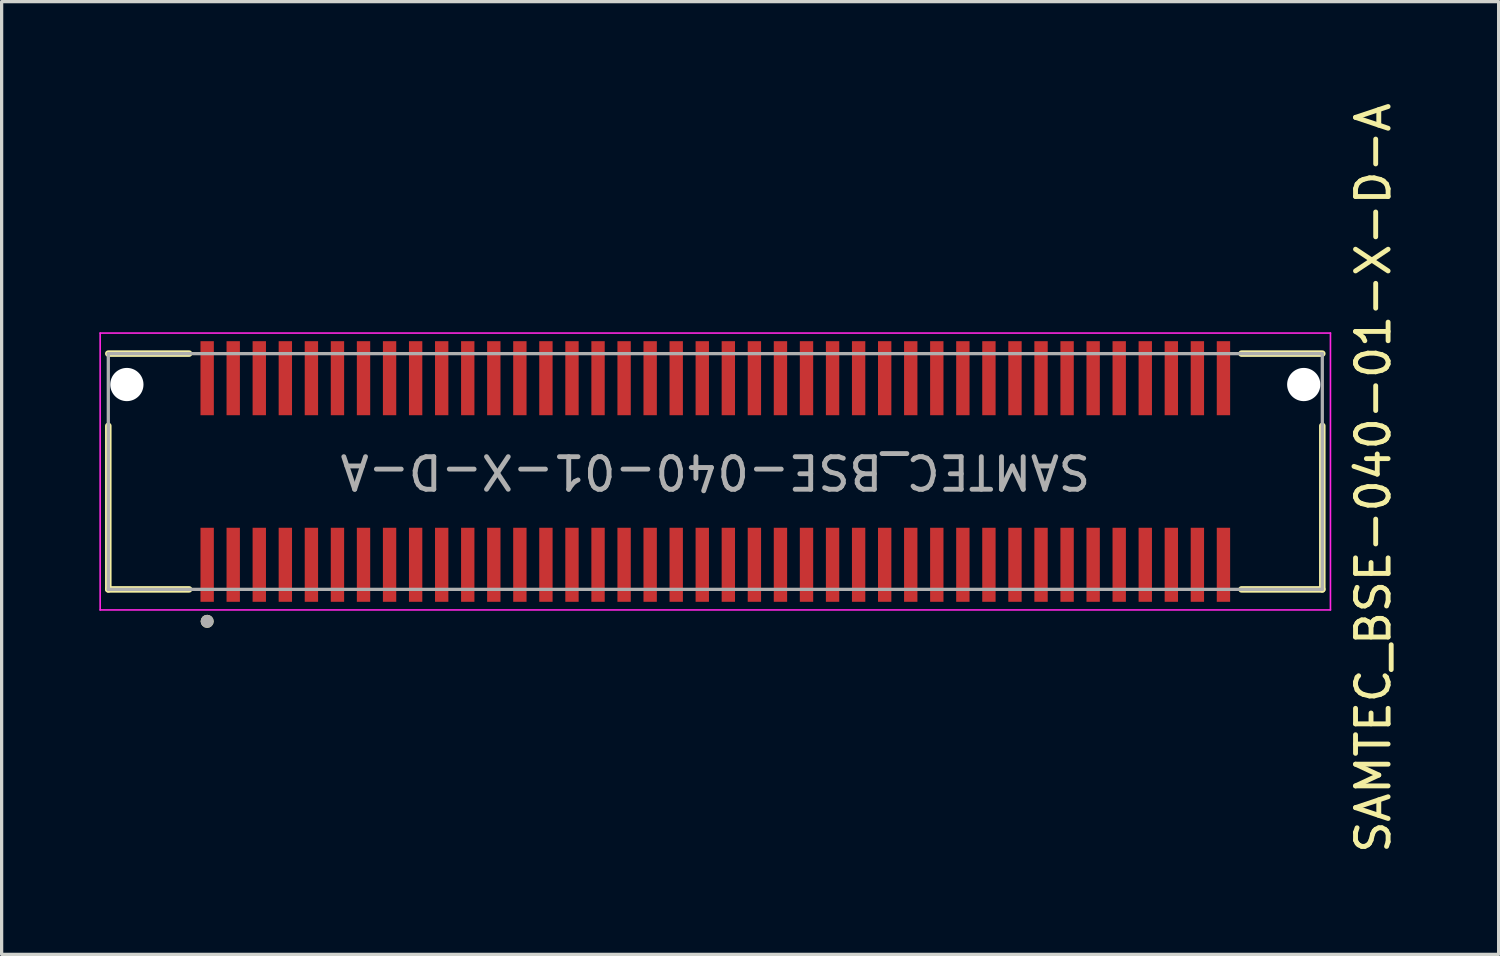
<source format=kicad_pcb>
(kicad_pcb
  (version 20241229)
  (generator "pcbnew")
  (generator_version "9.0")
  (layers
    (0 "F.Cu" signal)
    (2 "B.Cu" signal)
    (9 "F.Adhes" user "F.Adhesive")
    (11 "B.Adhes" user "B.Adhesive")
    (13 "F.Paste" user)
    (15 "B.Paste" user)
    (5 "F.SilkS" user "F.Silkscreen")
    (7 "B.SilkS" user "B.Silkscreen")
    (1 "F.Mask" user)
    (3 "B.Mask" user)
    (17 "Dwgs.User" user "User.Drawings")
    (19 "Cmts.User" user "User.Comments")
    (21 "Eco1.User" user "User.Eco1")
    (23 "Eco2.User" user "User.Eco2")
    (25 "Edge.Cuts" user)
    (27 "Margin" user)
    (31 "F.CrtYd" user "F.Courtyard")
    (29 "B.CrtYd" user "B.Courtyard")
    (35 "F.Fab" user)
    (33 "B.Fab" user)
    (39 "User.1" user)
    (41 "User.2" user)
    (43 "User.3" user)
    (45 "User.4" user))
  (footprint "SAMTEC_BSE-040-01-X-D-A"
    (layer "F.Cu")
    (at 18.91 11.425)
    (property "Reference" "SAMTEC_BSE-040-01-X-D-A" (at 20.2 0.2 90) (layer "F.SilkS") (effects (font (size 1 1) (thickness 0.15))))
    (attr smd)
    (fp_line (start -18.635 -3.619) (end -16.155 -3.619) (stroke (width 0.2) (type solid)) (layer "F.SilkS"))
    (fp_line (start -18.635 -1.4) (end -18.635 3.619) (stroke (width 0.2) (type solid)) (layer "F.SilkS"))
    (fp_line (start -18.635 3.619) (end -16.155 3.619) (stroke (width 0.2) (type solid)) (layer "F.SilkS"))
    (fp_line (start 18.635 -3.619) (end 16.155 -3.619) (stroke (width 0.2) (type solid)) (layer "F.SilkS"))
    (fp_line (start 18.635 -1.4) (end 18.635 3.619) (stroke (width 0.2) (type solid)) (layer "F.SilkS"))
    (fp_line (start 18.635 3.619) (end 16.155 3.619) (stroke (width 0.2) (type solid)) (layer "F.SilkS"))
    (fp_circle (center -15.6 4.6) (end -15.5 4.6) (stroke (width 0.2) (type solid)) (fill no) (layer "F.SilkS"))
    (fp_line (start -18.885 -4.25) (end -18.885 4.25) (stroke (width 0.05) (type solid)) (layer "F.CrtYd"))
    (fp_line (start -18.885 4.25) (end 18.885 4.25) (stroke (width 0.05) (type solid)) (layer "F.CrtYd"))
    (fp_line (start 18.885 -4.25) (end -18.885 -4.25) (stroke (width 0.05) (type solid)) (layer "F.CrtYd"))
    (fp_line (start 18.885 4.25) (end 18.885 -4.25) (stroke (width 0.05) (type solid)) (layer "F.CrtYd"))
    (fp_line (start -18.635 -3.619) (end -18.635 3.619) (stroke (width 0.1) (type solid)) (layer "F.Fab"))
    (fp_line (start -18.635 3.619) (end 18.635 3.619) (stroke (width 0.1) (type solid)) (layer "F.Fab"))
    (fp_line (start 18.635 -3.619) (end -18.635 -3.619) (stroke (width 0.1) (type solid)) (layer "F.Fab"))
    (fp_line (start 18.635 3.619) (end 18.635 -3.619) (stroke (width 0.1) (type solid)) (layer "F.Fab"))
    (fp_circle (center -15.6 4.6) (end -15.5 4.6) (stroke (width 0.2) (type solid)) (fill no) (layer "F.Fab"))
    (fp_text user "${REFERENCE}" (at 0 0 180) (unlocked yes) (layer "F.Fab") (effects (font (size 1 1) (thickness 0.15))))
    (pad "" np_thru_hole circle (at -18.065 -2.67 180) (size 1.02 1.02) (drill 1.02) (layers "*.Cu" "*.Mask"))
    (pad "" np_thru_hole circle (at 18.065 -2.67 180) (size 1.02 1.02) (drill 1.02) (layers "*.Cu" "*.Mask"))
    (pad "1" smd rect (at -15.6 2.864 180) (size 0.41 2.273) (layers "F.Cu" "F.Mask" "F.Paste"))
    (pad "2" smd rect (at -15.6 -2.864 180) (size 0.41 2.273) (layers "F.Cu" "F.Mask" "F.Paste"))
    (pad "3" smd rect (at -14.8 2.864 180) (size 0.41 2.273) (layers "F.Cu" "F.Mask" "F.Paste"))
    (pad "4" smd rect (at -14.8 -2.864 180) (size 0.41 2.273) (layers "F.Cu" "F.Mask" "F.Paste"))
    (pad "5" smd rect (at -14 2.864 180) (size 0.41 2.273) (layers "F.Cu" "F.Mask" "F.Paste"))
    (pad "6" smd rect (at -14 -2.864 180) (size 0.41 2.273) (layers "F.Cu" "F.Mask" "F.Paste"))
    (pad "7" smd rect (at -13.2 2.864 180) (size 0.41 2.273) (layers "F.Cu" "F.Mask" "F.Paste"))
    (pad "8" smd rect (at -13.2 -2.864 180) (size 0.41 2.273) (layers "F.Cu" "F.Mask" "F.Paste"))
    (pad "9" smd rect (at -12.4 2.864 180) (size 0.41 2.273) (layers "F.Cu" "F.Mask" "F.Paste"))
    (pad "10" smd rect (at -12.4 -2.864 180) (size 0.41 2.273) (layers "F.Cu" "F.Mask" "F.Paste"))
    (pad "11" smd rect (at -11.6 2.864 180) (size 0.41 2.273) (layers "F.Cu" "F.Mask" "F.Paste"))
    (pad "12" smd rect (at -11.6 -2.864 180) (size 0.41 2.273) (layers "F.Cu" "F.Mask" "F.Paste"))
    (pad "13" smd rect (at -10.8 2.864 180) (size 0.41 2.273) (layers "F.Cu" "F.Mask" "F.Paste"))
    (pad "14" smd rect (at -10.8 -2.864 180) (size 0.41 2.273) (layers "F.Cu" "F.Mask" "F.Paste"))
    (pad "15" smd rect (at -10 2.864 180) (size 0.41 2.273) (layers "F.Cu" "F.Mask" "F.Paste"))
    (pad "16" smd rect (at -10 -2.864 180) (size 0.41 2.273) (layers "F.Cu" "F.Mask" "F.Paste"))
    (pad "17" smd rect (at -9.2 2.864 180) (size 0.41 2.273) (layers "F.Cu" "F.Mask" "F.Paste"))
    (pad "18" smd rect (at -9.2 -2.864 180) (size 0.41 2.273) (layers "F.Cu" "F.Mask" "F.Paste"))
    (pad "19" smd rect (at -8.4 2.864 180) (size 0.41 2.273) (layers "F.Cu" "F.Mask" "F.Paste"))
    (pad "20" smd rect (at -8.4 -2.864 180) (size 0.41 2.273) (layers "F.Cu" "F.Mask" "F.Paste"))
    (pad "21" smd rect (at -7.6 2.864 180) (size 0.41 2.273) (layers "F.Cu" "F.Mask" "F.Paste"))
    (pad "22" smd rect (at -7.6 -2.864 180) (size 0.41 2.273) (layers "F.Cu" "F.Mask" "F.Paste"))
    (pad "23" smd rect (at -6.8 2.864 180) (size 0.41 2.273) (layers "F.Cu" "F.Mask" "F.Paste"))
    (pad "24" smd rect (at -6.8 -2.864 180) (size 0.41 2.273) (layers "F.Cu" "F.Mask" "F.Paste"))
    (pad "25" smd rect (at -6 2.864 180) (size 0.41 2.273) (layers "F.Cu" "F.Mask" "F.Paste"))
    (pad "26" smd rect (at -6 -2.864 180) (size 0.41 2.273) (layers "F.Cu" "F.Mask" "F.Paste"))
    (pad "27" smd rect (at -5.2 2.864 180) (size 0.41 2.273) (layers "F.Cu" "F.Mask" "F.Paste"))
    (pad "28" smd rect (at -5.2 -2.864 180) (size 0.41 2.273) (layers "F.Cu" "F.Mask" "F.Paste"))
    (pad "29" smd rect (at -4.4 2.864 180) (size 0.41 2.273) (layers "F.Cu" "F.Mask" "F.Paste"))
    (pad "30" smd rect (at -4.4 -2.864 180) (size 0.41 2.273) (layers "F.Cu" "F.Mask" "F.Paste"))
    (pad "31" smd rect (at -3.6 2.864 180) (size 0.41 2.273) (layers "F.Cu" "F.Mask" "F.Paste"))
    (pad "32" smd rect (at -3.6 -2.864 180) (size 0.41 2.273) (layers "F.Cu" "F.Mask" "F.Paste"))
    (pad "33" smd rect (at -2.8 2.864 180) (size 0.41 2.273) (layers "F.Cu" "F.Mask" "F.Paste"))
    (pad "34" smd rect (at -2.8 -2.864 180) (size 0.41 2.273) (layers "F.Cu" "F.Mask" "F.Paste"))
    (pad "35" smd rect (at -2 2.864 180) (size 0.41 2.273) (layers "F.Cu" "F.Mask" "F.Paste"))
    (pad "36" smd rect (at -2 -2.864 180) (size 0.41 2.273) (layers "F.Cu" "F.Mask" "F.Paste"))
    (pad "37" smd rect (at -1.2 2.864 180) (size 0.41 2.273) (layers "F.Cu" "F.Mask" "F.Paste"))
    (pad "38" smd rect (at -1.2 -2.864 180) (size 0.41 2.273) (layers "F.Cu" "F.Mask" "F.Paste"))
    (pad "39" smd rect (at -0.4 2.864 180) (size 0.41 2.273) (layers "F.Cu" "F.Mask" "F.Paste"))
    (pad "40" smd rect (at -0.4 -2.864 180) (size 0.41 2.273) (layers "F.Cu" "F.Mask" "F.Paste"))
    (pad "41" smd rect (at 0.4 2.864 180) (size 0.41 2.273) (layers "F.Cu" "F.Mask" "F.Paste"))
    (pad "42" smd rect (at 0.4 -2.864 180) (size 0.41 2.273) (layers "F.Cu" "F.Mask" "F.Paste"))
    (pad "43" smd rect (at 1.2 2.864 180) (size 0.41 2.273) (layers "F.Cu" "F.Mask" "F.Paste"))
    (pad "44" smd rect (at 1.2 -2.864 180) (size 0.41 2.273) (layers "F.Cu" "F.Mask" "F.Paste"))
    (pad "45" smd rect (at 2 2.864 180) (size 0.41 2.273) (layers "F.Cu" "F.Mask" "F.Paste"))
    (pad "46" smd rect (at 2 -2.864 180) (size 0.41 2.273) (layers "F.Cu" "F.Mask" "F.Paste"))
    (pad "47" smd rect (at 2.8 2.864 180) (size 0.41 2.273) (layers "F.Cu" "F.Mask" "F.Paste"))
    (pad "48" smd rect (at 2.8 -2.864 180) (size 0.41 2.273) (layers "F.Cu" "F.Mask" "F.Paste"))
    (pad "49" smd rect (at 3.6 2.864 180) (size 0.41 2.273) (layers "F.Cu" "F.Mask" "F.Paste"))
    (pad "50" smd rect (at 3.6 -2.864 180) (size 0.41 2.273) (layers "F.Cu" "F.Mask" "F.Paste"))
    (pad "51" smd rect (at 4.4 2.864 180) (size 0.41 2.273) (layers "F.Cu" "F.Mask" "F.Paste"))
    (pad "52" smd rect (at 4.4 -2.864 180) (size 0.41 2.273) (layers "F.Cu" "F.Mask" "F.Paste"))
    (pad "53" smd rect (at 5.2 2.864 180) (size 0.41 2.273) (layers "F.Cu" "F.Mask" "F.Paste"))
    (pad "54" smd rect (at 5.2 -2.864 180) (size 0.41 2.273) (layers "F.Cu" "F.Mask" "F.Paste"))
    (pad "55" smd rect (at 6 2.864 180) (size 0.41 2.273) (layers "F.Cu" "F.Mask" "F.Paste"))
    (pad "56" smd rect (at 6 -2.864 180) (size 0.41 2.273) (layers "F.Cu" "F.Mask" "F.Paste"))
    (pad "57" smd rect (at 6.8 2.864 180) (size 0.41 2.273) (layers "F.Cu" "F.Mask" "F.Paste"))
    (pad "58" smd rect (at 6.8 -2.864 180) (size 0.41 2.273) (layers "F.Cu" "F.Mask" "F.Paste"))
    (pad "59" smd rect (at 7.6 2.864 180) (size 0.41 2.273) (layers "F.Cu" "F.Mask" "F.Paste"))
    (pad "60" smd rect (at 7.6 -2.864 180) (size 0.41 2.273) (layers "F.Cu" "F.Mask" "F.Paste"))
    (pad "61" smd rect (at 8.4 2.864 180) (size 0.41 2.273) (layers "F.Cu" "F.Mask" "F.Paste"))
    (pad "62" smd rect (at 8.4 -2.864 180) (size 0.41 2.273) (layers "F.Cu" "F.Mask" "F.Paste"))
    (pad "63" smd rect (at 9.2 2.864 180) (size 0.41 2.273) (layers "F.Cu" "F.Mask" "F.Paste"))
    (pad "64" smd rect (at 9.2 -2.864 180) (size 0.41 2.273) (layers "F.Cu" "F.Mask" "F.Paste"))
    (pad "65" smd rect (at 10 2.864 180) (size 0.41 2.273) (layers "F.Cu" "F.Mask" "F.Paste"))
    (pad "66" smd rect (at 10 -2.864 180) (size 0.41 2.273) (layers "F.Cu" "F.Mask" "F.Paste"))
    (pad "67" smd rect (at 10.8 2.864 180) (size 0.41 2.273) (layers "F.Cu" "F.Mask" "F.Paste"))
    (pad "68" smd rect (at 10.8 -2.864 180) (size 0.41 2.273) (layers "F.Cu" "F.Mask" "F.Paste"))
    (pad "69" smd rect (at 11.6 2.864 180) (size 0.41 2.273) (layers "F.Cu" "F.Mask" "F.Paste"))
    (pad "70" smd rect (at 11.6 -2.864 180) (size 0.41 2.273) (layers "F.Cu" "F.Mask" "F.Paste"))
    (pad "71" smd rect (at 12.4 2.864 180) (size 0.41 2.273) (layers "F.Cu" "F.Mask" "F.Paste"))
    (pad "72" smd rect (at 12.4 -2.864 180) (size 0.41 2.273) (layers "F.Cu" "F.Mask" "F.Paste"))
    (pad "73" smd rect (at 13.2 2.864 180) (size 0.41 2.273) (layers "F.Cu" "F.Mask" "F.Paste"))
    (pad "74" smd rect (at 13.2 -2.864 180) (size 0.41 2.273) (layers "F.Cu" "F.Mask" "F.Paste"))
    (pad "75" smd rect (at 14 2.864 180) (size 0.41 2.273) (layers "F.Cu" "F.Mask" "F.Paste"))
    (pad "76" smd rect (at 14 -2.864 180) (size 0.41 2.273) (layers "F.Cu" "F.Mask" "F.Paste"))
    (pad "77" smd rect (at 14.8 2.864 180) (size 0.41 2.273) (layers "F.Cu" "F.Mask" "F.Paste"))
    (pad "78" smd rect (at 14.8 -2.864 180) (size 0.41 2.273) (layers "F.Cu" "F.Mask" "F.Paste"))
    (pad "79" smd rect (at 15.6 2.864 180) (size 0.41 2.273) (layers "F.Cu" "F.Mask" "F.Paste"))
    (pad "80" smd rect (at 15.6 -2.864 180) (size 0.41 2.273) (layers "F.Cu" "F.Mask" "F.Paste")))
  (gr_rect
    (start -3 -3)
    (end 42.958 26.25)
    (stroke (width 0.1) (type default))
    (fill no)
    (layer "Edge.Cuts")))
</source>
